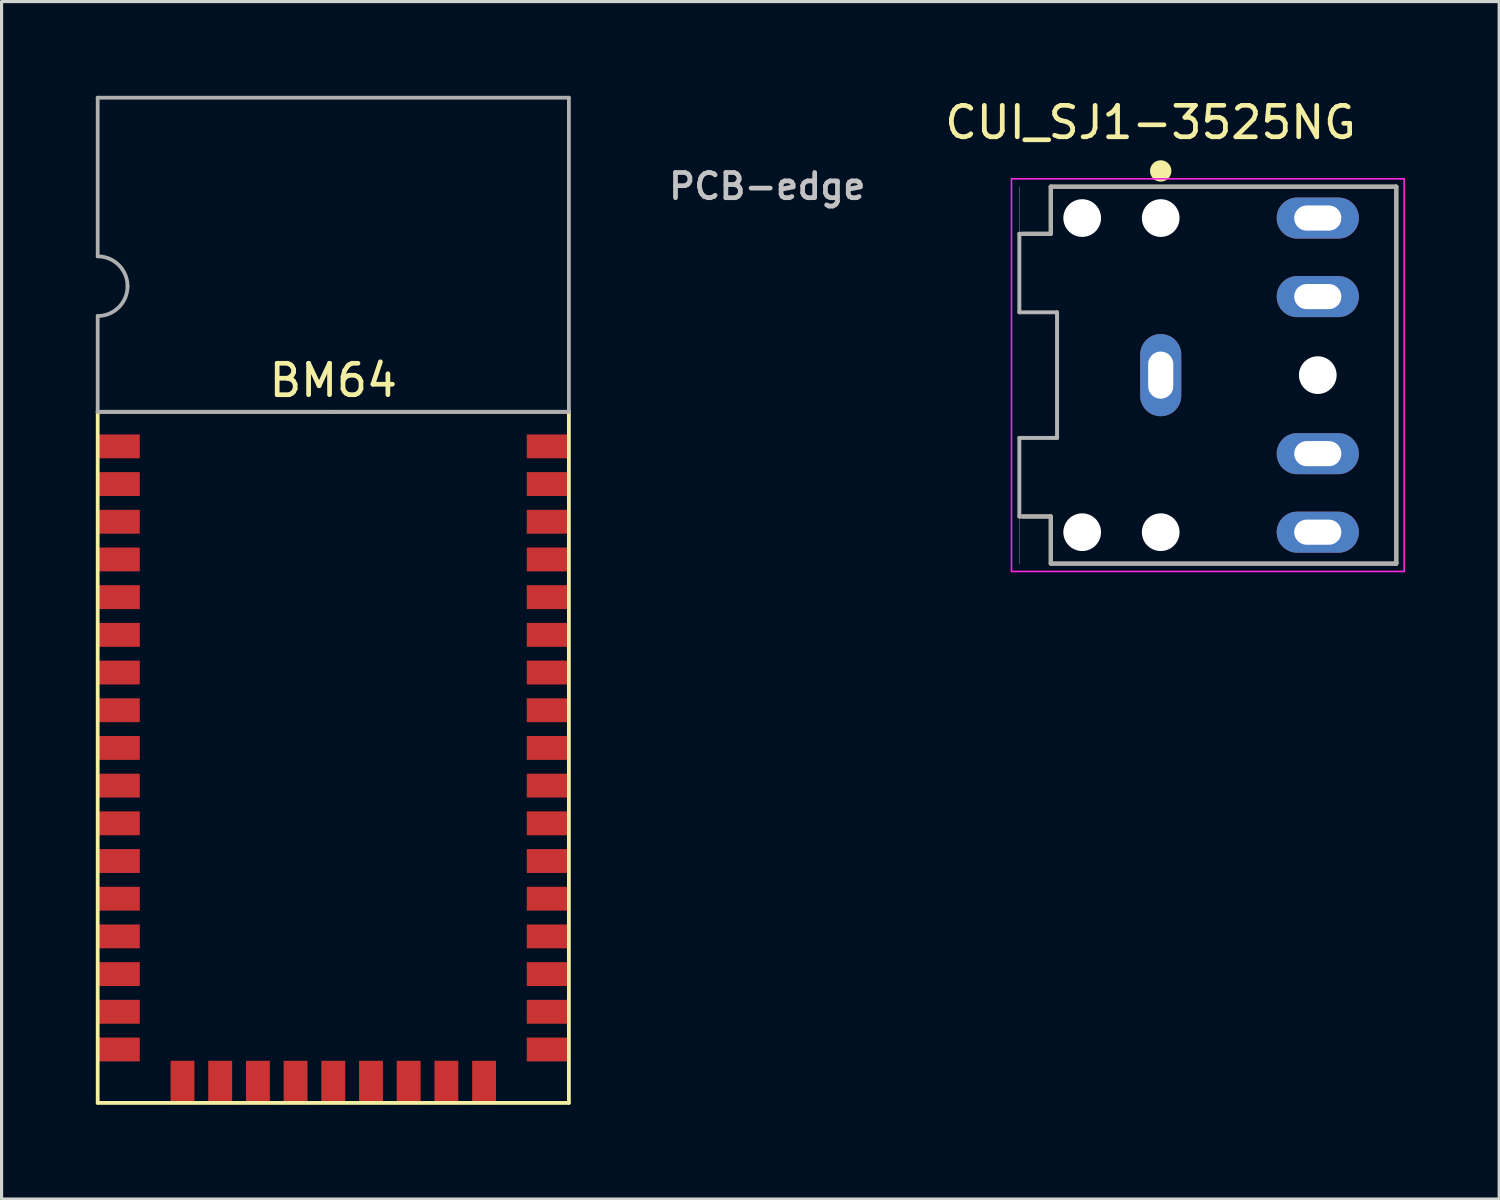
<source format=kicad_pcb>
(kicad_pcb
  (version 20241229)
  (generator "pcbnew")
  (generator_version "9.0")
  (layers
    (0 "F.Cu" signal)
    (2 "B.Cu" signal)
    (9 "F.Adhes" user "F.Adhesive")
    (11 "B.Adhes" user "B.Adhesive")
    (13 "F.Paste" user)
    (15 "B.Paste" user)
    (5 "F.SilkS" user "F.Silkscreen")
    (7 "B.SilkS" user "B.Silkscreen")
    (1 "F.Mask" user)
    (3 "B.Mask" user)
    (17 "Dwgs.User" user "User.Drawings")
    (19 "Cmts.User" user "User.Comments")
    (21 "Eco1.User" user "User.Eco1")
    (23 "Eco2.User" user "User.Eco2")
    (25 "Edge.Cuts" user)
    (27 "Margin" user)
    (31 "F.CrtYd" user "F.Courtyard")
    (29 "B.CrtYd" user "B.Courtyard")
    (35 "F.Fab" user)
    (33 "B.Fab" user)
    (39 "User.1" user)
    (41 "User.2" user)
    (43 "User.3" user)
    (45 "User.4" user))
  (footprint "BM64"
    (layer "F.Cu")
    (at 7.56 8.56)
    (property "Reference" "BM64" (at 0 0.5 0) (layer "F.SilkS") (effects (font (size 1 1) (thickness 0.15))))
    (attr through_hole)
    (fp_line (start -7.5 23.5) (end -7.5 1.5) (stroke (width 0.12) (type solid)) (layer "F.SilkS"))
    (fp_line (start 0 1.5) (end -7.5 1.5) (stroke (width 0.12) (type solid)) (layer "F.SilkS"))
    (fp_line (start 0 1.5) (end 7.5 1.5) (stroke (width 0.12) (type solid)) (layer "F.SilkS"))
    (fp_line (start 7.5 1.5) (end 7.5 23.5) (stroke (width 0.12) (type solid)) (layer "F.SilkS"))
    (fp_line (start 7.5 23.5) (end -7.5 23.5) (stroke (width 0.12) (type solid)) (layer "F.SilkS"))
    (fp_line (start -7.5 -8.5) (end 7.5 -8.5) (stroke (width 0.12) (type solid)) (layer "F.Fab"))
    (fp_line (start -7.5 -3.45) (end -7.5 -8.5) (stroke (width 0.12) (type solid)) (layer "F.Fab"))
    (fp_line (start -7.5 -1.55) (end -7.5 1.5) (stroke (width 0.12) (type solid)) (layer "F.Fab"))
    (fp_line (start 7.5 -8.5) (end 7.5 1.5) (stroke (width 0.12) (type solid)) (layer "F.Fab"))
    (fp_line (start 7.5 1.5) (end -7.5 1.5) (stroke (width 0.12) (type solid)) (layer "F.Fab"))
    (fp_arc (start -7.5 -3.45) (mid -6.828249 -3.171751) (end -6.55 -2.5) (stroke (width 0.12) (type solid)) (layer "F.Fab"))
    (fp_arc (start -6.55 -2.5) (mid -6.828249 -1.828249) (end -7.5 -1.55) (stroke (width 0.12) (type solid)) (layer "F.Fab"))
    (pad "1" smd rect (at -6.85 2.6) (size 1.38 0.76) (layers "F.Cu" "F.Mask" "F.Paste"))
    (pad "2" smd rect (at -6.85 3.8) (size 1.38 0.76) (layers "F.Cu" "F.Mask" "F.Paste"))
    (pad "3" smd rect (at -6.85 5) (size 1.38 0.76) (layers "F.Cu" "F.Mask" "F.Paste"))
    (pad "4" smd rect (at -6.85 6.2) (size 1.38 0.76) (layers "F.Cu" "F.Mask" "F.Paste"))
    (pad "5" smd rect (at -6.85 7.4) (size 1.38 0.76) (layers "F.Cu" "F.Mask" "F.Paste"))
    (pad "6" smd rect (at -6.85 8.6) (size 1.38 0.76) (layers "F.Cu" "F.Mask" "F.Paste"))
    (pad "7" smd rect (at -6.85 9.8) (size 1.38 0.76) (layers "F.Cu" "F.Mask" "F.Paste"))
    (pad "8" smd rect (at -6.85 11) (size 1.38 0.76) (layers "F.Cu" "F.Mask" "F.Paste"))
    (pad "9" smd rect (at -6.85 12.2) (size 1.38 0.76) (layers "F.Cu" "F.Mask" "F.Paste"))
    (pad "10" smd rect (at -6.85 13.4) (size 1.38 0.76) (layers "F.Cu" "F.Mask" "F.Paste"))
    (pad "11" smd rect (at -6.85 14.6) (size 1.38 0.76) (layers "F.Cu" "F.Mask" "F.Paste"))
    (pad "12" smd rect (at -6.85 15.8) (size 1.38 0.76) (layers "F.Cu" "F.Mask" "F.Paste"))
    (pad "13" smd rect (at -6.85 17) (size 1.38 0.76) (layers "F.Cu" "F.Mask" "F.Paste"))
    (pad "14" smd rect (at -6.85 18.2) (size 1.38 0.76) (layers "F.Cu" "F.Mask" "F.Paste"))
    (pad "15" smd rect (at -6.85 19.4) (size 1.38 0.76) (layers "F.Cu" "F.Mask" "F.Paste"))
    (pad "16" smd rect (at -6.85 20.6) (size 1.38 0.76) (layers "F.Cu" "F.Mask" "F.Paste"))
    (pad "17" smd rect (at -6.85 21.8) (size 1.38 0.76) (layers "F.Cu" "F.Mask" "F.Paste"))
    (pad "18" smd rect (at -4.8 22.85 90) (size 1.38 0.76) (layers "F.Cu" "F.Mask" "F.Paste"))
    (pad "19" smd rect (at -3.6 22.85 90) (size 1.38 0.76) (layers "F.Cu" "F.Mask" "F.Paste"))
    (pad "20" smd rect (at -2.4 22.85 90) (size 1.38 0.76) (layers "F.Cu" "F.Mask" "F.Paste"))
    (pad "21" smd rect (at -1.2 22.85 90) (size 1.38 0.76) (layers "F.Cu" "F.Mask" "F.Paste"))
    (pad "22" smd rect (at 0 22.85 90) (size 1.38 0.76) (layers "F.Cu" "F.Mask" "F.Paste"))
    (pad "23" smd rect (at 1.2 22.85 90) (size 1.38 0.76) (layers "F.Cu" "F.Mask" "F.Paste"))
    (pad "24" smd rect (at 2.4 22.85 90) (size 1.38 0.76) (layers "F.Cu" "F.Mask" "F.Paste"))
    (pad "25" smd rect (at 3.6 22.85 90) (size 1.38 0.76) (layers "F.Cu" "F.Mask" "F.Paste"))
    (pad "26" smd rect (at 4.8 22.85 90) (size 1.38 0.76) (layers "F.Cu" "F.Mask" "F.Paste"))
    (pad "27" smd rect (at 6.85 21.8) (size 1.38 0.76) (layers "F.Cu" "F.Mask" "F.Paste"))
    (pad "28" smd rect (at 6.85 20.6) (size 1.38 0.76) (layers "F.Cu" "F.Mask" "F.Paste"))
    (pad "29" smd rect (at 6.85 19.4) (size 1.38 0.76) (layers "F.Cu" "F.Mask" "F.Paste"))
    (pad "30" smd rect (at 6.85 18.2) (size 1.38 0.76) (layers "F.Cu" "F.Mask" "F.Paste"))
    (pad "31" smd rect (at 6.85 17) (size 1.38 0.76) (layers "F.Cu" "F.Mask" "F.Paste"))
    (pad "32" smd rect (at 6.85 15.8) (size 1.38 0.76) (layers "F.Cu" "F.Mask" "F.Paste"))
    (pad "33" smd rect (at 6.85 14.6) (size 1.38 0.76) (layers "F.Cu" "F.Mask" "F.Paste"))
    (pad "34" smd rect (at 6.85 13.4) (size 1.38 0.76) (layers "F.Cu" "F.Mask" "F.Paste"))
    (pad "35" smd rect (at 6.85 12.2) (size 1.38 0.76) (layers "F.Cu" "F.Mask" "F.Paste"))
    (pad "36" smd rect (at 6.85 11) (size 1.38 0.76) (layers "F.Cu" "F.Mask" "F.Paste"))
    (pad "37" smd rect (at 6.85 9.8) (size 1.38 0.76) (layers "F.Cu" "F.Mask" "F.Paste"))
    (pad "38" smd rect (at 6.85 8.6) (size 1.38 0.76) (layers "F.Cu" "F.Mask" "F.Paste"))
    (pad "39" smd rect (at 6.85 7.4) (size 1.38 0.76) (layers "F.Cu" "F.Mask" "F.Paste"))
    (pad "40" smd rect (at 6.85 6.2) (size 1.38 0.76) (layers "F.Cu" "F.Mask" "F.Paste"))
    (pad "41" smd rect (at 6.85 5) (size 1.38 0.76) (layers "F.Cu" "F.Mask" "F.Paste"))
    (pad "42" smd rect (at 6.85 3.8) (size 1.38 0.76) (layers "F.Cu" "F.Mask" "F.Paste"))
    (pad "43" smd rect (at 6.85 2.6) (size 1.38 0.76) (layers "F.Cu" "F.Mask" "F.Paste")))
  (footprint "CUI_SJ1-3525NG"
    (layer "F.Cu")
    (at 33.901 8.892)
    (property "Reference" "CUI_SJ1-3525NG" (at -0.325 -8.043 0) (layer "F.SilkS") (effects (font (size 1.001 1.001) (thickness 0.15))))
    (attr through_hole)
    (fp_line (start -4.4 4.5) (end -3.5 4.5) (stroke (width 0.127) (type solid)) (layer "F.SilkS"))
    (fp_line (start -3.5 -6) (end -3.5 -4.5) (stroke (width 0.127) (type solid)) (layer "F.SilkS"))
    (fp_line (start -3.5 -4.5) (end -4.4 -4.5) (stroke (width 0.127) (type solid)) (layer "F.SilkS"))
    (fp_line (start -3.5 4.5) (end -3.5 6) (stroke (width 0.127) (type solid)) (layer "F.SilkS"))
    (fp_line (start 7.5 -6) (end -3.5 -6) (stroke (width 0.127) (type solid)) (layer "F.SilkS"))
    (fp_line (start 7.5 -6) (end 7.5 6) (stroke (width 0.127) (type solid)) (layer "F.SilkS"))
    (fp_line (start 7.5 6) (end -3.5 6) (stroke (width 0.127) (type solid)) (layer "F.SilkS"))
    (fp_circle (center 0 -6.5) (end 0.17 -6.5) (stroke (width 0.34) (type solid)) (fill no) (layer "F.SilkS"))
    (fp_line (start -4.5 -6) (end -4.5 -2) (stroke (width 0.01) (type solid)) (layer "Edge.Cuts"))
    (fp_line (start -4.5 -2) (end -3.3 -2) (stroke (width 0.01) (type solid)) (layer "Edge.Cuts"))
    (fp_line (start -4.5 2) (end -4.5 6) (stroke (width 0.01) (type solid)) (layer "Edge.Cuts"))
    (fp_line (start -3.3 -2) (end -3.3 2) (stroke (width 0.01) (type solid)) (layer "Edge.Cuts"))
    (fp_line (start -3.3 2) (end -4.5 2) (stroke (width 0.01) (type solid)) (layer "Edge.Cuts"))
    (fp_line (start -4.75 -6.25) (end 7.75 -6.25) (stroke (width 0.05) (type solid)) (layer "F.CrtYd"))
    (fp_line (start -4.75 6.25) (end -4.75 -6.25) (stroke (width 0.05) (type solid)) (layer "F.CrtYd"))
    (fp_line (start 7.75 -6.25) (end 7.75 6.25) (stroke (width 0.05) (type solid)) (layer "F.CrtYd"))
    (fp_line (start 7.75 6.25) (end -4.75 6.25) (stroke (width 0.05) (type solid)) (layer "F.CrtYd"))
    (fp_line (start -4.5 -4.5) (end -4.5 -2) (stroke (width 0.127) (type solid)) (layer "F.Fab"))
    (fp_line (start -4.5 -2) (end -3.3 -2) (stroke (width 0.127) (type solid)) (layer "F.Fab"))
    (fp_line (start -4.5 2) (end -4.5 4.5) (stroke (width 0.127) (type solid)) (layer "F.Fab"))
    (fp_line (start -4.5 4.5) (end -3.5 4.5) (stroke (width 0.127) (type solid)) (layer "F.Fab"))
    (fp_line (start -3.5 -6) (end -3.5 -4.5) (stroke (width 0.127) (type solid)) (layer "F.Fab"))
    (fp_line (start -3.5 -4.5) (end -4.5 -4.5) (stroke (width 0.127) (type solid)) (layer "F.Fab"))
    (fp_line (start -3.5 4.5) (end -3.5 6) (stroke (width 0.127) (type solid)) (layer "F.Fab"))
    (fp_line (start -3.3 -2) (end -3.3 2) (stroke (width 0.127) (type solid)) (layer "F.Fab"))
    (fp_line (start -3.3 2) (end -4.5 2) (stroke (width 0.127) (type solid)) (layer "F.Fab"))
    (fp_line (start 7.5 -6) (end -3.5 -6) (stroke (width 0.127) (type solid)) (layer "F.Fab"))
    (fp_line (start 7.5 -6) (end 7.5 6) (stroke (width 0.127) (type solid)) (layer "F.Fab"))
    (fp_line (start 7.5 6) (end -3.5 6) (stroke (width 0.127) (type solid)) (layer "F.Fab"))
    (fp_text user "PCB-edge" (at -12.525 -6.012 0) (layer "Dwgs.User") (effects (font (size 0.802 0.802) (thickness 0.15))))
    (pad "" np_thru_hole circle (at -2.5 -5) (size 1.2 1.2) (drill 1.2) (layers "*.Cu" "*.Mask"))
    (pad "" np_thru_hole circle (at -2.5 5) (size 1.2 1.2) (drill 1.2) (layers "*.Cu" "*.Mask"))
    (pad "" np_thru_hole circle (at 0 -5) (size 1.2 1.2) (drill 1.2) (layers "*.Cu" "*.Mask"))
    (pad "" np_thru_hole circle (at 0 5) (size 1.2 1.2) (drill 1.2) (layers "*.Cu" "*.Mask"))
    (pad "" np_thru_hole circle (at 5 0) (size 1.2 1.2) (drill 1.2) (layers "*.Cu" "*.Mask"))
    (pad "1" thru_hole oval (at 0 0) (size 1.308 2.616) (drill oval 0.8 1.5) (layers "*.Cu" "*.Mask"))
    (pad "2" thru_hole oval (at 5 5) (size 2.616 1.308) (drill oval 1.5 0.8) (layers "*.Cu" "*.Mask"))
    (pad "3" thru_hole oval (at 5 -5) (size 2.616 1.308) (drill oval 1.5 0.8) (layers "*.Cu" "*.Mask"))
    (pad "4" thru_hole oval (at 5 2.5) (size 2.616 1.308) (drill oval 1.5 0.8) (layers "*.Cu" "*.Mask"))
    (pad "5" thru_hole oval (at 5 -2.5) (size 2.616 1.308) (drill oval 1.5 0.8) (layers "*.Cu" "*.Mask")))
  (gr_rect
    (start -3 -3)
    (end 44.676 35.12)
    (stroke (width 0.1) (type default))
    (fill no)
    (layer "Edge.Cuts")))
</source>
